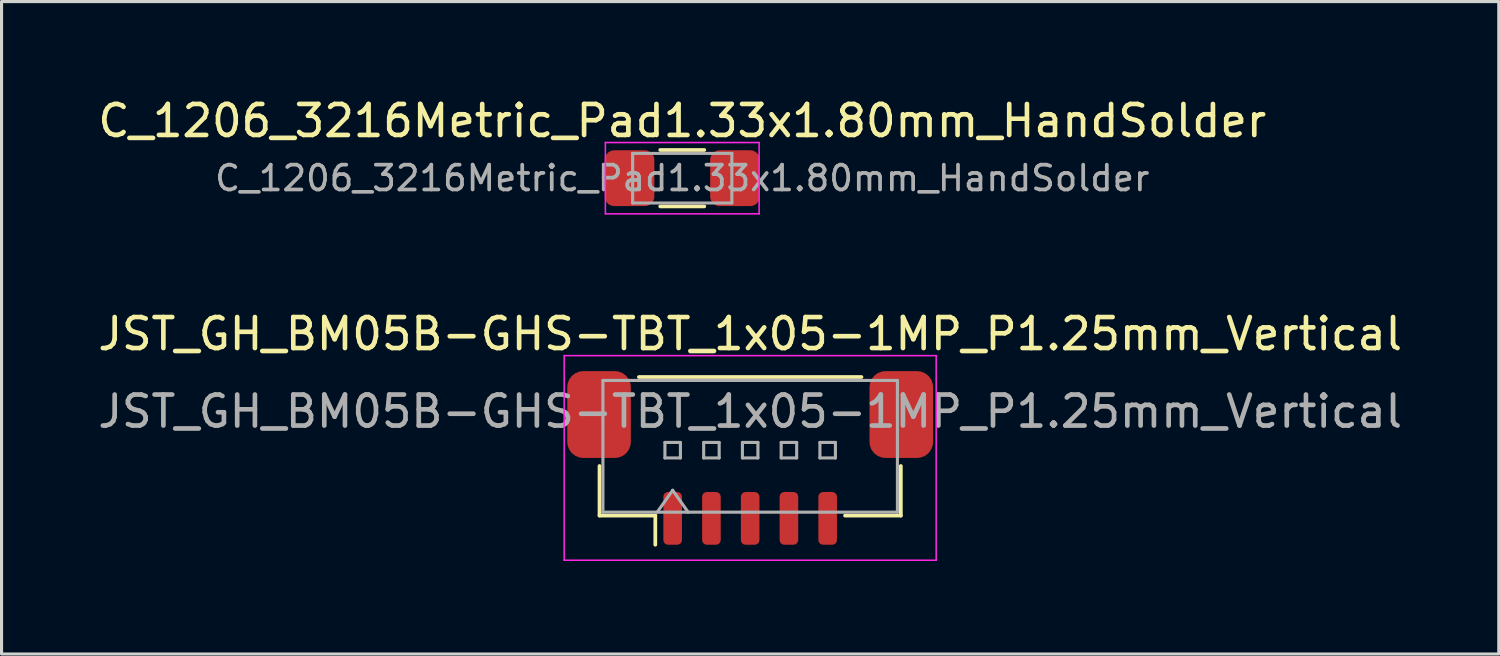
<source format=kicad_pcb>
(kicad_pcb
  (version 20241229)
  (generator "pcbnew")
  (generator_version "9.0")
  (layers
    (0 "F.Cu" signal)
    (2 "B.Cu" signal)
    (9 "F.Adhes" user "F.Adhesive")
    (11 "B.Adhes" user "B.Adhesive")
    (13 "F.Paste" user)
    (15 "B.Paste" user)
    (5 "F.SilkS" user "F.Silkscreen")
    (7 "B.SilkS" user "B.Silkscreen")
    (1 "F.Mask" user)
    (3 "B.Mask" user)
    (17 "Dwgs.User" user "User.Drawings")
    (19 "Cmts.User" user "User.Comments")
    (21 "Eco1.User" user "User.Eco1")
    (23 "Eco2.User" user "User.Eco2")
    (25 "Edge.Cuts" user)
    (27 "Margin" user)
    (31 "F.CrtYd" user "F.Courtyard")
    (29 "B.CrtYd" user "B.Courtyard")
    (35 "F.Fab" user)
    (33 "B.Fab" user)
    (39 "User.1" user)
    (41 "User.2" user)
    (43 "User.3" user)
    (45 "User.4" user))
  (footprint "JST_GH_BM05B-GHS-TBT_1x05-1MP_P1.25mm_Vertical"
    (layer "F.Cu")
    (at 21.149 11.722)
    (property "Reference" "JST_GH_BM05B-GHS-TBT_1x05-1MP_P1.25mm_Vertical" (at 0 -4 0) (layer "F.SilkS") (effects (font (size 1 1) (thickness 0.15))))
    (attr smd)
    (fp_line (start -4.86 0.26) (end -4.86 1.86) (stroke (width 0.12) (type solid)) (layer "F.SilkS"))
    (fp_line (start -4.86 1.86) (end -3.06 1.86) (stroke (width 0.12) (type solid)) (layer "F.SilkS"))
    (fp_line (start -3.59 -2.61) (end 3.59 -2.61) (stroke (width 0.12) (type solid)) (layer "F.SilkS"))
    (fp_line (start -3.06 1.86) (end -3.06 2.8) (stroke (width 0.12) (type solid)) (layer "F.SilkS"))
    (fp_line (start 4.86 0.26) (end 4.86 1.86) (stroke (width 0.12) (type solid)) (layer "F.SilkS"))
    (fp_line (start 4.86 1.86) (end 3.06 1.86) (stroke (width 0.12) (type solid)) (layer "F.SilkS"))
    (fp_line (start -6 -3.3) (end -6 3.3) (stroke (width 0.05) (type solid)) (layer "F.CrtYd"))
    (fp_line (start -6 3.3) (end 6 3.3) (stroke (width 0.05) (type solid)) (layer "F.CrtYd"))
    (fp_line (start 6 -3.3) (end -6 -3.3) (stroke (width 0.05) (type solid)) (layer "F.CrtYd"))
    (fp_line (start 6 3.3) (end 6 -3.3) (stroke (width 0.05) (type solid)) (layer "F.CrtYd"))
    (fp_line (start -4.75 -2.5) (end 4.75 -2.5) (stroke (width 0.1) (type solid)) (layer "F.Fab"))
    (fp_line (start -4.75 1.75) (end -4.75 -2.5) (stroke (width 0.1) (type solid)) (layer "F.Fab"))
    (fp_line (start -4.75 1.75) (end 4.75 1.75) (stroke (width 0.1) (type solid)) (layer "F.Fab"))
    (fp_line (start -3 1.75) (end -2.5 1.043) (stroke (width 0.1) (type solid)) (layer "F.Fab"))
    (fp_line (start -2.75 -0.5) (end -2.75 0) (stroke (width 0.1) (type solid)) (layer "F.Fab"))
    (fp_line (start -2.75 0) (end -2.25 0) (stroke (width 0.1) (type solid)) (layer "F.Fab"))
    (fp_line (start -2.5 1.043) (end -2 1.75) (stroke (width 0.1) (type solid)) (layer "F.Fab"))
    (fp_line (start -2.25 -0.5) (end -2.75 -0.5) (stroke (width 0.1) (type solid)) (layer "F.Fab"))
    (fp_line (start -2.25 0) (end -2.25 -0.5) (stroke (width 0.1) (type solid)) (layer "F.Fab"))
    (fp_line (start -1.5 -0.5) (end -1.5 0) (stroke (width 0.1) (type solid)) (layer "F.Fab"))
    (fp_line (start -1.5 0) (end -1 0) (stroke (width 0.1) (type solid)) (layer "F.Fab"))
    (fp_line (start -1 -0.5) (end -1.5 -0.5) (stroke (width 0.1) (type solid)) (layer "F.Fab"))
    (fp_line (start -1 0) (end -1 -0.5) (stroke (width 0.1) (type solid)) (layer "F.Fab"))
    (fp_line (start -0.25 -0.5) (end -0.25 0) (stroke (width 0.1) (type solid)) (layer "F.Fab"))
    (fp_line (start -0.25 0) (end 0.25 0) (stroke (width 0.1) (type solid)) (layer "F.Fab"))
    (fp_line (start 0.25 -0.5) (end -0.25 -0.5) (stroke (width 0.1) (type solid)) (layer "F.Fab"))
    (fp_line (start 0.25 0) (end 0.25 -0.5) (stroke (width 0.1) (type solid)) (layer "F.Fab"))
    (fp_line (start 1 -0.5) (end 1 0) (stroke (width 0.1) (type solid)) (layer "F.Fab"))
    (fp_line (start 1 0) (end 1.5 0) (stroke (width 0.1) (type solid)) (layer "F.Fab"))
    (fp_line (start 1.5 -0.5) (end 1 -0.5) (stroke (width 0.1) (type solid)) (layer "F.Fab"))
    (fp_line (start 1.5 0) (end 1.5 -0.5) (stroke (width 0.1) (type solid)) (layer "F.Fab"))
    (fp_line (start 2.25 -0.5) (end 2.25 0) (stroke (width 0.1) (type solid)) (layer "F.Fab"))
    (fp_line (start 2.25 0) (end 2.75 0) (stroke (width 0.1) (type solid)) (layer "F.Fab"))
    (fp_line (start 2.75 -0.5) (end 2.25 -0.5) (stroke (width 0.1) (type solid)) (layer "F.Fab"))
    (fp_line (start 2.75 0) (end 2.75 -0.5) (stroke (width 0.1) (type solid)) (layer "F.Fab"))
    (fp_line (start 4.75 1.75) (end 4.75 -2.5) (stroke (width 0.1) (type solid)) (layer "F.Fab"))
    (fp_text user "${REFERENCE}" (at 0 -1.5 0) (layer "F.Fab") (effects (font (size 1 1) (thickness 0.15))))
    (pad "1" smd roundrect (at -2.5 1.95) (size 0.6 1.7) (layers "F.Cu" "F.Mask" "F.Paste") (roundrect_rratio 0.25))
    (pad "2" smd roundrect (at -1.25 1.95) (size 0.6 1.7) (layers "F.Cu" "F.Mask" "F.Paste") (roundrect_rratio 0.25))
    (pad "3" smd roundrect (at 0 1.95) (size 0.6 1.7) (layers "F.Cu" "F.Mask" "F.Paste") (roundrect_rratio 0.25))
    (pad "4" smd roundrect (at 1.25 1.95) (size 0.6 1.7) (layers "F.Cu" "F.Mask" "F.Paste") (roundrect_rratio 0.25))
    (pad "5" smd roundrect (at 2.5 1.95) (size 0.6 1.7) (layers "F.Cu" "F.Mask" "F.Paste") (roundrect_rratio 0.25))
    (pad "MP" smd roundrect (at -4.875 -1.4) (size 2.05 2.8) (layers "F.Cu" "F.Mask" "F.Paste") (roundrect_rratio 0.25))
    (pad "MP" smd roundrect (at 4.875 -1.4) (size 2.05 2.8) (layers "F.Cu" "F.Mask" "F.Paste") (roundrect_rratio 0.25)))
  (footprint "C_1206_3216Metric_Pad1.33x1.80mm_HandSolder"
    (layer "F.Cu")
    (at 18.958 2.698)
    (property "Reference" "C_1206_3216Metric_Pad1.33x1.80mm_HandSolder" (at 0 -1.85 0) (layer "F.SilkS") (effects (font (size 1 1) (thickness 0.15))))
    (attr smd)
    (fp_line (start -0.711 -0.91) (end 0.711 -0.91) (stroke (width 0.12) (type solid)) (layer "F.SilkS"))
    (fp_line (start -0.711 0.91) (end 0.711 0.91) (stroke (width 0.12) (type solid)) (layer "F.SilkS"))
    (fp_line (start -2.48 -1.15) (end 2.48 -1.15) (stroke (width 0.05) (type solid)) (layer "F.CrtYd"))
    (fp_line (start -2.48 1.15) (end -2.48 -1.15) (stroke (width 0.05) (type solid)) (layer "F.CrtYd"))
    (fp_line (start 2.48 -1.15) (end 2.48 1.15) (stroke (width 0.05) (type solid)) (layer "F.CrtYd"))
    (fp_line (start 2.48 1.15) (end -2.48 1.15) (stroke (width 0.05) (type solid)) (layer "F.CrtYd"))
    (fp_line (start -1.6 -0.8) (end 1.6 -0.8) (stroke (width 0.1) (type solid)) (layer "F.Fab"))
    (fp_line (start -1.6 0.8) (end -1.6 -0.8) (stroke (width 0.1) (type solid)) (layer "F.Fab"))
    (fp_line (start 1.6 -0.8) (end 1.6 0.8) (stroke (width 0.1) (type solid)) (layer "F.Fab"))
    (fp_line (start 1.6 0.8) (end -1.6 0.8) (stroke (width 0.1) (type solid)) (layer "F.Fab"))
    (fp_text user "${REFERENCE}" (at 0 0 0) (layer "F.Fab") (effects (font (size 0.8 0.8) (thickness 0.12))))
    (pad "1" smd roundrect (at -1.7 0) (size 1.6 1.8) (layers "F.Cu" "F.Mask" "F.Paste") (roundrect_rratio 0.189))
    (pad "2" smd roundrect (at 1.7 0) (size 1.6 1.8) (layers "F.Cu" "F.Mask" "F.Paste") (roundrect_rratio 0.189)))
  (gr_rect
    (start -3 -3)
    (end 45.298 18.047)
    (stroke (width 0.1) (type default))
    (fill no)
    (layer "Edge.Cuts")))
</source>
